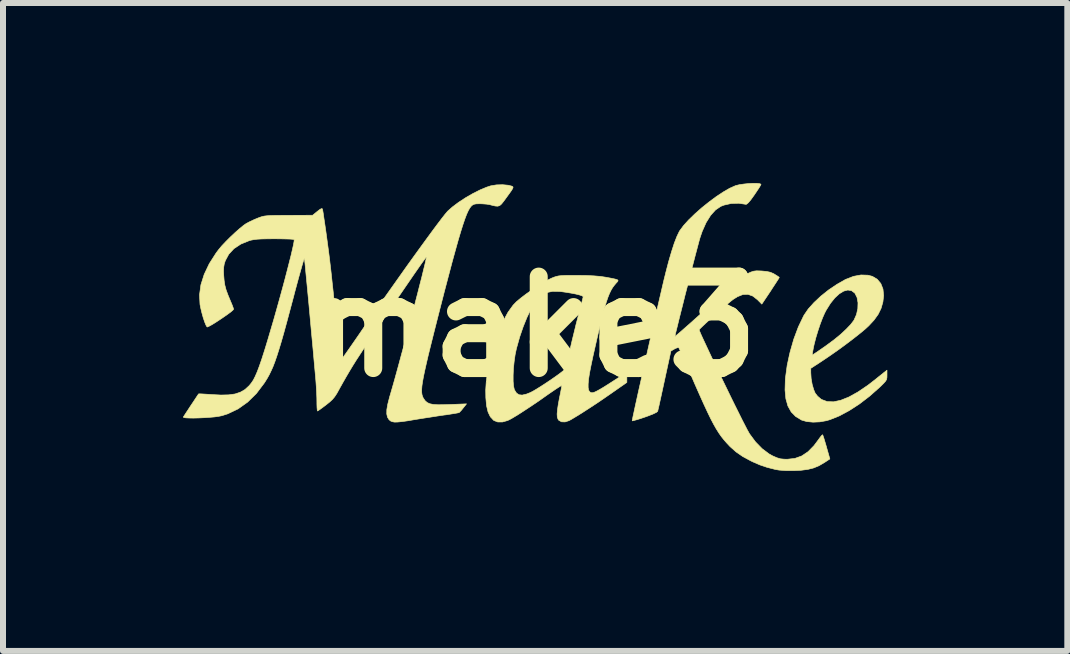
<source format=kicad_pcb>
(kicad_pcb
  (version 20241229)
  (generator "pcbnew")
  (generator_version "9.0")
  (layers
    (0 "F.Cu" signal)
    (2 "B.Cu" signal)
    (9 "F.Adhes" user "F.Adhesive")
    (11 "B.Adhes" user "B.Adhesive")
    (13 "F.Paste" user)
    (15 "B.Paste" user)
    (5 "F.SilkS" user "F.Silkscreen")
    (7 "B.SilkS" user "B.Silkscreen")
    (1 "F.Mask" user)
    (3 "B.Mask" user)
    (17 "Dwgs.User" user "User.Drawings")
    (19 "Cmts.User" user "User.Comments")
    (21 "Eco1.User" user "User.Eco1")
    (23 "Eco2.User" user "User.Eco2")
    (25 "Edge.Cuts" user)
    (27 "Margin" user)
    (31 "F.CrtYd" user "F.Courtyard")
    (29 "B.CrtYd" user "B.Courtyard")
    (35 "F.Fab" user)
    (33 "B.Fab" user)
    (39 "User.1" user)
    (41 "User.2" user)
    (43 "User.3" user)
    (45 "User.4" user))
  (footprint "make3"
    (layer "F.Cu")
    (at 5.855 2.394)
    (property "Reference" "make3" (at 0 0 0) (layer "F.SilkS") (effects (font (size 1.524 1.524) (thickness 0.3))))
    (attr through_hole)
    (fp_poly (pts (xy 5.559 -0.858) (xy 5.632 -0.839) (xy 5.713 -0.791) (xy 5.773 -0.719) (xy 5.809 -0.628) (xy 5.82 -0.52) (xy 5.808 -0.412) (xy 5.777 -0.304) (xy 5.729 -0.206) (xy 5.66 -0.11) (xy 5.573 -0.016) (xy 5.51 0.042) (xy 5.423 0.114) (xy 5.319 0.196) (xy 5.202 0.285) (xy 5.077 0.377) (xy 4.949 0.467) (xy 4.825 0.551) (xy 4.753 0.599) (xy 4.606 0.694) (xy 4.606 0.767) (xy 4.612 0.863) (xy 4.629 0.961) (xy 4.655 1.05) (xy 4.679 1.107) (xy 4.719 1.158) (xy 4.774 1.205) (xy 4.788 1.214) (xy 4.879 1.248) (xy 4.985 1.252) (xy 5.106 1.226) (xy 5.243 1.171) (xy 5.394 1.087) (xy 5.559 0.975) (xy 5.679 0.882) (xy 5.737 0.835) (xy 5.79 0.793) (xy 5.828 0.762) (xy 5.836 0.756) (xy 5.876 0.725) (xy 5.876 0.809) (xy 5.875 0.848) (xy 5.869 0.879) (xy 5.853 0.907) (xy 5.823 0.941) (xy 5.775 0.989) (xy 5.753 1.01) (xy 5.586 1.158) (xy 5.415 1.289) (xy 5.245 1.399) (xy 5.081 1.487) (xy 4.926 1.549) (xy 4.869 1.566) (xy 4.757 1.586) (xy 4.644 1.591) (xy 4.539 1.581) (xy 4.455 1.557) (xy 4.453 1.556) (xy 4.356 1.498) (xy 4.28 1.421) (xy 4.225 1.322) (xy 4.191 1.201) (xy 4.177 1.055) (xy 4.182 0.883) (xy 4.184 0.855) (xy 4.213 0.642) (xy 4.249 0.476) (xy 4.627 0.476) (xy 4.671 0.447) (xy 4.703 0.426) (xy 4.754 0.391) (xy 4.819 0.346) (xy 4.885 0.299) (xy 4.998 0.215) (xy 5.104 0.128) (xy 5.196 0.042) (xy 5.271 -0.036) (xy 5.322 -0.103) (xy 5.327 -0.111) (xy 5.368 -0.203) (xy 5.39 -0.302) (xy 5.393 -0.399) (xy 5.377 -0.487) (xy 5.342 -0.556) (xy 5.339 -0.56) (xy 5.286 -0.6) (xy 5.224 -0.611) (xy 5.155 -0.593) (xy 5.082 -0.549) (xy 5.007 -0.48) (xy 4.933 -0.388) (xy 4.862 -0.274) (xy 4.838 -0.228) (xy 4.803 -0.149) (xy 4.764 -0.047) (xy 4.726 0.067) (xy 4.691 0.182) (xy 4.664 0.287) (xy 4.651 0.344) (xy 4.627 0.476) (xy 4.249 0.476) (xy 4.261 0.423) (xy 4.323 0.207) (xy 4.399 0.004) (xy 4.485 -0.176) (xy 4.495 -0.194) (xy 4.564 -0.295) (xy 4.659 -0.401) (xy 4.774 -0.509) (xy 4.903 -0.612) (xy 5.041 -0.705) (xy 5.181 -0.785) (xy 5.192 -0.79) (xy 5.319 -0.839) (xy 5.443 -0.862) (xy 5.559 -0.858)) (stroke (width 0.01) (type solid)) (fill yes) (layer "F.SilkS"))
    (fp_poly (pts (xy 0.711 -0.855) (xy 0.865 -0.853) (xy 0.991 -0.847) (xy 1.097 -0.838) (xy 1.185 -0.825) (xy 1.277 -0.808) (xy 1.339 -0.795) (xy 1.377 -0.785) (xy 1.393 -0.774) (xy 1.393 -0.762) (xy 1.381 -0.745) (xy 1.367 -0.731) (xy 1.334 -0.692) (xy 1.304 -0.652) (xy 1.277 -0.606) (xy 1.251 -0.552) (xy 1.225 -0.487) (xy 1.198 -0.407) (xy 1.169 -0.309) (xy 1.138 -0.19) (xy 1.102 -0.047) (xy 1.061 0.122) (xy 1.019 0.305) (xy 0.977 0.49) (xy 0.944 0.646) (xy 0.919 0.773) (xy 0.903 0.876) (xy 0.896 0.955) (xy 0.896 1.013) (xy 0.903 1.054) (xy 0.914 1.075) (xy 0.928 1.09) (xy 0.944 1.099) (xy 0.965 1.101) (xy 0.993 1.095) (xy 1.031 1.078) (xy 1.083 1.05) (xy 1.151 1.01) (xy 1.238 0.955) (xy 1.347 0.885) (xy 1.482 0.797) (xy 1.503 0.783) (xy 1.525 0.77) (xy 1.537 0.773) (xy 1.54 0.799) (xy 1.541 0.844) (xy 1.541 0.929) (xy 1.266 1.121) (xy 1.14 1.208) (xy 1.014 1.293) (xy 0.893 1.372) (xy 0.783 1.443) (xy 0.687 1.502) (xy 0.612 1.547) (xy 0.579 1.565) (xy 0.512 1.587) (xy 0.453 1.585) (xy 0.407 1.56) (xy 0.394 1.541) (xy 0.382 1.506) (xy 0.379 1.455) (xy 0.385 1.384) (xy 0.399 1.29) (xy 0.422 1.167) (xy 0.425 1.154) (xy 0.439 1.084) (xy 0.45 1.026) (xy 0.456 0.989) (xy 0.457 0.981) (xy 0.444 0.985) (xy 0.408 1.007) (xy 0.354 1.042) (xy 0.285 1.089) (xy 0.224 1.131) (xy 0.091 1.225) (xy -0.037 1.312) (xy -0.155 1.39) (xy -0.26 1.458) (xy -0.347 1.511) (xy -0.414 1.549) (xy -0.447 1.564) (xy -0.531 1.588) (xy -0.61 1.588) (xy -0.673 1.564) (xy -0.681 1.558) (xy -0.734 1.501) (xy -0.772 1.422) (xy -0.797 1.317) (xy -0.809 1.183) (xy -0.809 1.182) (xy -0.811 1.055) (xy -0.803 0.93) (xy -0.788 0.808) (xy -0.354 0.808) (xy -0.354 0.909) (xy -0.347 0.991) (xy -0.334 1.048) (xy -0.332 1.053) (xy -0.298 1.106) (xy -0.257 1.134) (xy -0.203 1.14) (xy -0.131 1.123) (xy -0.068 1.098) (xy -0.025 1.076) (xy 0.036 1.04) (xy 0.11 0.994) (xy 0.19 0.942) (xy 0.272 0.887) (xy 0.35 0.833) (xy 0.418 0.784) (xy 0.471 0.743) (xy 0.504 0.715) (xy 0.51 0.707) (xy 0.519 0.681) (xy 0.534 0.627) (xy 0.553 0.552) (xy 0.575 0.461) (xy 0.599 0.36) (xy 0.601 0.35) (xy 0.63 0.226) (xy 0.663 0.092) (xy 0.695 -0.041) (xy 0.726 -0.16) (xy 0.744 -0.228) (xy 0.768 -0.317) (xy 0.788 -0.394) (xy 0.803 -0.455) (xy 0.812 -0.492) (xy 0.813 -0.501) (xy 0.797 -0.513) (xy 0.754 -0.528) (xy 0.691 -0.544) (xy 0.613 -0.559) (xy 0.528 -0.573) (xy 0.442 -0.585) (xy 0.418 -0.587) (xy 0.303 -0.589) (xy 0.208 -0.569) (xy 0.126 -0.525) (xy 0.068 -0.474) (xy 0.004 -0.394) (xy -0.061 -0.285) (xy -0.125 -0.151) (xy -0.187 0.002) (xy -0.245 0.171) (xy -0.295 0.35) (xy -0.299 0.364) (xy -0.321 0.468) (xy -0.337 0.581) (xy -0.349 0.697) (xy -0.354 0.808) (xy -0.788 0.808) (xy -0.786 0.798) (xy -0.758 0.65) (xy -0.725 0.508) (xy -0.662 0.281) (xy -0.593 0.079) (xy -0.518 -0.096) (xy -0.438 -0.243) (xy -0.354 -0.359) (xy -0.298 -0.417) (xy -0.227 -0.476) (xy -0.138 -0.544) (xy -0.038 -0.614) (xy 0.065 -0.681) (xy 0.162 -0.741) (xy 0.246 -0.789) (xy 0.295 -0.812) (xy 0.333 -0.827) (xy 0.368 -0.838) (xy 0.405 -0.846) (xy 0.452 -0.851) (xy 0.514 -0.854) (xy 0.596 -0.855) (xy 0.707 -0.855) (xy 0.711 -0.855)) (stroke (width 0.01) (type solid)) (fill yes) (layer "F.SilkS"))
    (fp_poly (pts (xy 3.704 -2.389) (xy 3.751 -2.384) (xy 3.775 -2.375) (xy 3.776 -2.372) (xy 3.767 -2.352) (xy 3.742 -2.311) (xy 3.705 -2.255) (xy 3.664 -2.194) (xy 3.607 -2.115) (xy 3.565 -2.065) (xy 3.536 -2.041) (xy 3.524 -2.039) (xy 3.405 -2.057) (xy 3.279 -2.053) (xy 3.16 -2.026) (xy 3.106 -2.005) (xy 3.019 -1.946) (xy 2.937 -1.855) (xy 2.862 -1.735) (xy 2.796 -1.587) (xy 2.76 -1.482) (xy 2.749 -1.444) (xy 2.732 -1.38) (xy 2.709 -1.293) (xy 2.681 -1.188) (xy 2.65 -1.068) (xy 2.616 -0.937) (xy 2.581 -0.798) (xy 2.545 -0.656) (xy 2.508 -0.513) (xy 2.474 -0.375) (xy 2.441 -0.245) (xy 2.411 -0.126) (xy 2.386 -0.023) (xy 2.365 0.061) (xy 2.35 0.122) (xy 2.343 0.157) (xy 2.342 0.163) (xy 2.355 0.154) (xy 2.39 0.124) (xy 2.444 0.078) (xy 2.512 0.018) (xy 2.593 -0.053) (xy 2.681 -0.132) (xy 2.775 -0.216) (xy 2.871 -0.301) (xy 2.965 -0.386) (xy 3.054 -0.467) (xy 3.135 -0.541) (xy 3.205 -0.605) (xy 3.26 -0.656) (xy 3.26 -0.657) (xy 3.369 -0.756) (xy 3.462 -0.829) (xy 3.539 -0.878) (xy 3.55 -0.883) (xy 3.608 -0.91) (xy 3.654 -0.925) (xy 3.702 -0.931) (xy 3.765 -0.929) (xy 3.791 -0.928) (xy 3.872 -0.92) (xy 3.932 -0.907) (xy 3.986 -0.884) (xy 4.002 -0.874) (xy 4.046 -0.847) (xy 4.075 -0.827) (xy 4.081 -0.82) (xy 4.072 -0.804) (xy 4.047 -0.765) (xy 4.01 -0.708) (xy 3.964 -0.638) (xy 3.936 -0.594) (xy 3.79 -0.376) (xy 3.717 -0.45) (xy 3.64 -0.51) (xy 3.56 -0.539) (xy 3.475 -0.536) (xy 3.384 -0.5) (xy 3.307 -0.451) (xy 3.266 -0.418) (xy 3.209 -0.371) (xy 3.141 -0.313) (xy 3.068 -0.248) (xy 2.992 -0.181) (xy 2.919 -0.116) (xy 2.854 -0.056) (xy 2.8 -0.005) (xy 2.763 0.031) (xy 2.746 0.05) (xy 2.746 0.051) (xy 2.752 0.07) (xy 2.771 0.116) (xy 2.802 0.185) (xy 2.844 0.275) (xy 2.894 0.382) (xy 2.95 0.502) (xy 3.013 0.633) (xy 3.079 0.77) (xy 3.147 0.911) (xy 3.216 1.053) (xy 3.283 1.191) (xy 3.348 1.323) (xy 3.409 1.445) (xy 3.463 1.554) (xy 3.511 1.647) (xy 3.548 1.719) (xy 3.576 1.769) (xy 3.585 1.785) (xy 3.685 1.92) (xy 3.795 2.033) (xy 3.911 2.12) (xy 3.974 2.155) (xy 4.044 2.185) (xy 4.101 2.202) (xy 4.164 2.208) (xy 4.216 2.209) (xy 4.342 2.195) (xy 4.456 2.154) (xy 4.561 2.083) (xy 4.66 1.982) (xy 4.728 1.891) (xy 4.762 1.844) (xy 4.789 1.811) (xy 4.803 1.801) (xy 4.804 1.801) (xy 4.811 1.82) (xy 4.826 1.864) (xy 4.845 1.928) (xy 4.868 2.005) (xy 4.868 2.007) (xy 4.924 2.204) (xy 4.836 2.262) (xy 4.746 2.315) (xy 4.656 2.353) (xy 4.558 2.378) (xy 4.443 2.393) (xy 4.335 2.398) (xy 4.192 2.398) (xy 4.079 2.39) (xy 4.015 2.379) (xy 3.878 2.344) (xy 3.757 2.303) (xy 3.635 2.25) (xy 3.601 2.233) (xy 3.47 2.162) (xy 3.36 2.086) (xy 3.26 1.997) (xy 3.203 1.936) (xy 3.158 1.884) (xy 3.115 1.83) (xy 3.073 1.77) (xy 3.031 1.703) (xy 2.986 1.624) (xy 2.938 1.532) (xy 2.885 1.423) (xy 2.825 1.294) (xy 2.757 1.143) (xy 2.679 0.967) (xy 2.591 0.763) (xy 2.579 0.737) (xy 2.534 0.632) (xy 2.492 0.537) (xy 2.457 0.457) (xy 2.429 0.397) (xy 2.411 0.36) (xy 2.406 0.35) (xy 2.384 0.35) (xy 2.347 0.364) (xy 2.334 0.372) (xy 2.275 0.406) (xy 2.169 0.893) (xy 2.142 1.018) (xy 2.117 1.133) (xy 2.095 1.233) (xy 2.077 1.315) (xy 2.063 1.374) (xy 2.056 1.405) (xy 2.056 1.408) (xy 2.035 1.427) (xy 1.982 1.453) (xy 1.899 1.486) (xy 1.843 1.506) (xy 1.766 1.532) (xy 1.7 1.552) (xy 1.653 1.565) (xy 1.631 1.569) (xy 1.631 1.568) (xy 1.633 1.551) (xy 1.642 1.504) (xy 1.658 1.43) (xy 1.679 1.332) (xy 1.705 1.214) (xy 1.735 1.078) (xy 1.769 0.928) (xy 1.805 0.766) (xy 1.843 0.596) (xy 1.883 0.42) (xy 1.923 0.243) (xy 1.963 0.066) (xy 2.003 -0.106) (xy 2.041 -0.271) (xy 2.077 -0.426) (xy 2.11 -0.568) (xy 2.139 -0.693) (xy 2.164 -0.799) (xy 2.185 -0.882) (xy 2.185 -0.884) (xy 2.236 -1.08) (xy 2.286 -1.251) (xy 2.332 -1.393) (xy 2.376 -1.506) (xy 2.415 -1.587) (xy 2.423 -1.6) (xy 2.486 -1.685) (xy 2.571 -1.779) (xy 2.674 -1.879) (xy 2.788 -1.98) (xy 2.909 -2.077) (xy 3.03 -2.167) (xy 3.148 -2.245) (xy 3.255 -2.307) (xy 3.347 -2.348) (xy 3.362 -2.353) (xy 3.42 -2.367) (xy 3.49 -2.377) (xy 3.566 -2.385) (xy 3.64 -2.389) (xy 3.704 -2.389)) (stroke (width 0.01) (type solid)) (fill yes) (layer "F.SilkS"))
    (fp_poly (pts (xy -0.434 -2.357) (xy -0.376 -2.342) (xy -0.361 -2.334) (xy -0.355 -2.324) (xy -0.361 -2.304) (xy -0.38 -2.272) (xy -0.416 -2.221) (xy -0.458 -2.163) (xy -0.509 -2.093) (xy -0.547 -2.045) (xy -0.578 -2.018) (xy -0.611 -2.008) (xy -0.652 -2.011) (xy -0.708 -2.024) (xy -0.745 -2.034) (xy -0.795 -2.042) (xy -0.862 -2.047) (xy -0.909 -2.049) (xy -0.971 -2.047) (xy -1.01 -2.039) (xy -1.038 -2.022) (xy -1.057 -2.003) (xy -1.079 -1.973) (xy -1.103 -1.93) (xy -1.13 -1.87) (xy -1.159 -1.793) (xy -1.192 -1.696) (xy -1.229 -1.578) (xy -1.271 -1.436) (xy -1.317 -1.271) (xy -1.37 -1.079) (xy -1.428 -0.859) (xy -1.494 -0.609) (xy -1.559 -0.356) (xy -1.623 -0.105) (xy -1.679 0.116) (xy -1.727 0.308) (xy -1.768 0.474) (xy -1.801 0.616) (xy -1.828 0.736) (xy -1.849 0.837) (xy -1.864 0.92) (xy -1.874 0.989) (xy -1.878 1.044) (xy -1.878 1.089) (xy -1.874 1.126) (xy -1.866 1.156) (xy -1.855 1.182) (xy -1.845 1.199) (xy -1.818 1.237) (xy -1.785 1.265) (xy -1.743 1.284) (xy -1.685 1.296) (xy -1.607 1.301) (xy -1.504 1.3) (xy -1.408 1.297) (xy -1.131 1.286) (xy -1.185 1.354) (xy -1.218 1.395) (xy -1.245 1.423) (xy -1.253 1.431) (xy -1.274 1.436) (xy -1.323 1.445) (xy -1.392 1.456) (xy -1.474 1.469) (xy -1.502 1.472) (xy -1.611 1.488) (xy -1.738 1.508) (xy -1.868 1.528) (xy -1.986 1.547) (xy -1.992 1.548) (xy -2.115 1.569) (xy -2.209 1.582) (xy -2.28 1.589) (xy -2.332 1.59) (xy -2.369 1.583) (xy -2.397 1.571) (xy -2.42 1.551) (xy -2.423 1.548) (xy -2.448 1.508) (xy -2.46 1.454) (xy -2.459 1.383) (xy -2.443 1.291) (xy -2.413 1.173) (xy -2.399 1.126) (xy -2.37 1.026) (xy -2.336 0.907) (xy -2.298 0.77) (xy -2.257 0.62) (xy -2.214 0.46) (xy -2.168 0.292) (xy -2.122 0.12) (xy -2.077 -0.053) (xy -2.031 -0.224) (xy -1.988 -0.391) (xy -1.947 -0.549) (xy -1.91 -0.695) (xy -1.876 -0.827) (xy -1.848 -0.942) (xy -1.825 -1.036) (xy -1.809 -1.106) (xy -1.8 -1.149) (xy -1.799 -1.162) (xy -1.81 -1.15) (xy -1.838 -1.112) (xy -1.88 -1.053) (xy -1.936 -0.973) (xy -2.003 -0.877) (xy -2.079 -0.766) (xy -2.162 -0.645) (xy -2.251 -0.515) (xy -2.343 -0.379) (xy -2.436 -0.241) (xy -2.529 -0.103) (xy -2.62 0.032) (xy -2.707 0.161) (xy -2.787 0.282) (xy -2.86 0.392) (xy -2.922 0.487) (xy -2.973 0.565) (xy -3.009 0.623) (xy -3.017 0.635) (xy -3.075 0.731) (xy -3.135 0.833) (xy -3.191 0.931) (xy -3.237 1.013) (xy -3.249 1.035) (xy -3.292 1.113) (xy -3.329 1.169) (xy -3.367 1.214) (xy -3.415 1.258) (xy -3.47 1.302) (xy -3.528 1.346) (xy -3.575 1.38) (xy -3.606 1.401) (xy -3.614 1.405) (xy -3.618 1.39) (xy -3.622 1.348) (xy -3.624 1.288) (xy -3.624 1.264) (xy -3.625 1.189) (xy -3.629 1.093) (xy -3.635 0.99) (xy -3.641 0.904) (xy -3.645 0.856) (xy -3.652 0.78) (xy -3.661 0.68) (xy -3.672 0.559) (xy -3.684 0.422) (xy -3.698 0.272) (xy -3.713 0.113) (xy -3.728 -0.051) (xy -3.743 -0.216) (xy -3.758 -0.38) (xy -3.773 -0.537) (xy -3.787 -0.684) (xy -3.8 -0.817) (xy -3.811 -0.933) (xy -3.82 -1.027) (xy -3.827 -1.096) (xy -3.831 -1.137) (xy -3.831 -1.142) (xy -3.836 -1.133) (xy -3.849 -1.095) (xy -3.868 -1.031) (xy -3.893 -0.943) (xy -3.923 -0.836) (xy -3.957 -0.711) (xy -3.994 -0.574) (xy -4.011 -0.507) (xy -4.073 -0.275) (xy -4.127 -0.073) (xy -4.175 0.102) (xy -4.218 0.252) (xy -4.257 0.381) (xy -4.292 0.491) (xy -4.325 0.586) (xy -4.356 0.667) (xy -4.388 0.738) (xy -4.419 0.802) (xy -4.452 0.861) (xy -4.488 0.919) (xy -4.503 0.942) (xy -4.633 1.114) (xy -4.779 1.257) (xy -4.938 1.37) (xy -5.11 1.452) (xy -5.207 1.483) (xy -5.261 1.494) (xy -5.333 1.504) (xy -5.417 1.511) (xy -5.507 1.517) (xy -5.597 1.521) (xy -5.682 1.523) (xy -5.755 1.522) (xy -5.811 1.519) (xy -5.844 1.513) (xy -5.85 1.505) (xy -5.836 1.484) (xy -5.809 1.442) (xy -5.772 1.386) (xy -5.731 1.323) (xy -5.688 1.259) (xy -5.649 1.2) (xy -5.618 1.153) (xy -5.599 1.125) (xy -5.595 1.12) (xy -5.577 1.119) (xy -5.532 1.121) (xy -5.467 1.125) (xy -5.388 1.13) (xy -5.382 1.131) (xy -5.224 1.139) (xy -5.094 1.136) (xy -4.987 1.121) (xy -4.898 1.091) (xy -4.822 1.047) (xy -4.756 0.986) (xy -4.751 0.981) (xy -4.716 0.938) (xy -4.683 0.889) (xy -4.652 0.828) (xy -4.619 0.752) (xy -4.583 0.657) (xy -4.542 0.538) (xy -4.495 0.391) (xy -4.481 0.346) (xy -4.437 0.201) (xy -4.391 0.045) (xy -4.343 -0.118) (xy -4.296 -0.284) (xy -4.249 -0.452) (xy -4.204 -0.616) (xy -4.161 -0.775) (xy -4.122 -0.925) (xy -4.087 -1.062) (xy -4.056 -1.184) (xy -4.032 -1.287) (xy -4.014 -1.368) (xy -4.004 -1.424) (xy -4.003 -1.451) (xy -4.004 -1.452) (xy -4.024 -1.456) (xy -4.072 -1.46) (xy -4.143 -1.462) (xy -4.232 -1.464) (xy -4.332 -1.465) (xy -4.453 -1.464) (xy -4.546 -1.462) (xy -4.617 -1.458) (xy -4.674 -1.451) (xy -4.721 -1.442) (xy -4.75 -1.434) (xy -4.891 -1.377) (xy -5.006 -1.301) (xy -5.093 -1.207) (xy -5.15 -1.101) (xy -5.168 -1.046) (xy -5.177 -0.992) (xy -5.18 -0.927) (xy -5.177 -0.855) (xy -5.17 -0.769) (xy -5.158 -0.691) (xy -5.137 -0.612) (xy -5.104 -0.523) (xy -5.061 -0.42) (xy -5.037 -0.363) (xy -5.02 -0.317) (xy -5.012 -0.293) (xy -5.012 -0.292) (xy -5.025 -0.275) (xy -5.061 -0.244) (xy -5.114 -0.205) (xy -5.177 -0.161) (xy -5.245 -0.115) (xy -5.312 -0.071) (xy -5.372 -0.034) (xy -5.42 -0.008) (xy -5.449 0.005) (xy -5.455 0.004) (xy -5.473 -0.026) (xy -5.495 -0.08) (xy -5.519 -0.152) (xy -5.541 -0.231) (xy -5.56 -0.31) (xy -5.572 -0.371) (xy -5.58 -0.531) (xy -5.557 -0.699) (xy -5.502 -0.872) (xy -5.418 -1.049) (xy -5.305 -1.226) (xy -5.264 -1.281) (xy -5.212 -1.344) (xy -5.143 -1.417) (xy -5.066 -1.494) (xy -4.986 -1.569) (xy -4.91 -1.636) (xy -4.845 -1.689) (xy -4.802 -1.719) (xy -4.741 -1.751) (xy -4.666 -1.786) (xy -4.608 -1.81) (xy -4.571 -1.824) (xy -4.537 -1.835) (xy -4.502 -1.843) (xy -4.459 -1.848) (xy -4.404 -1.852) (xy -4.331 -1.854) (xy -4.235 -1.855) (xy -4.111 -1.856) (xy -4.096 -1.856) (xy -3.695 -1.857) (xy -3.617 -1.921) (xy -3.57 -1.957) (xy -3.542 -1.969) (xy -3.532 -1.962) (xy -3.527 -1.938) (xy -3.518 -1.885) (xy -3.507 -1.808) (xy -3.493 -1.714) (xy -3.477 -1.605) (xy -3.461 -1.489) (xy -3.445 -1.369) (xy -3.429 -1.251) (xy -3.415 -1.14) (xy -3.413 -1.126) (xy -3.406 -1.063) (xy -3.395 -0.971) (xy -3.382 -0.855) (xy -3.368 -0.722) (xy -3.352 -0.576) (xy -3.336 -0.422) (xy -3.32 -0.265) (xy -3.319 -0.254) (xy -3.3 -0.067) (xy -3.284 0.09) (xy -3.27 0.218) (xy -3.259 0.321) (xy -3.25 0.4) (xy -3.243 0.46) (xy -3.237 0.501) (xy -3.231 0.528) (xy -3.227 0.543) (xy -3.222 0.549) (xy -3.217 0.547) (xy -3.211 0.542) (xy -3.209 0.539) (xy -3.195 0.52) (xy -3.164 0.477) (xy -3.118 0.412) (xy -3.06 0.329) (xy -2.992 0.231) (xy -2.916 0.121) (xy -2.835 0.002) (xy -2.827 -0.008) (xy -2.716 -0.169) (xy -2.6 -0.336) (xy -2.48 -0.508) (xy -2.358 -0.68) (xy -2.237 -0.851) (xy -2.118 -1.019) (xy -2.002 -1.18) (xy -1.892 -1.332) (xy -1.79 -1.472) (xy -1.697 -1.599) (xy -1.615 -1.709) (xy -1.546 -1.8) (xy -1.492 -1.869) (xy -1.455 -1.913) (xy -1.447 -1.923) (xy -1.367 -1.994) (xy -1.265 -2.071) (xy -1.149 -2.147) (xy -1.026 -2.218) (xy -0.905 -2.279) (xy -0.795 -2.325) (xy -0.728 -2.347) (xy -0.632 -2.363) (xy -0.529 -2.366) (xy -0.434 -2.357)) (stroke (width 0.01) (type solid)) (fill yes) (layer "F.SilkS")))
  (gr_rect
    (start -3 -3)
    (end 14.736 7.797)
    (stroke (width 0.1) (type default))
    (fill no)
    (layer "Edge.Cuts")))
</source>
